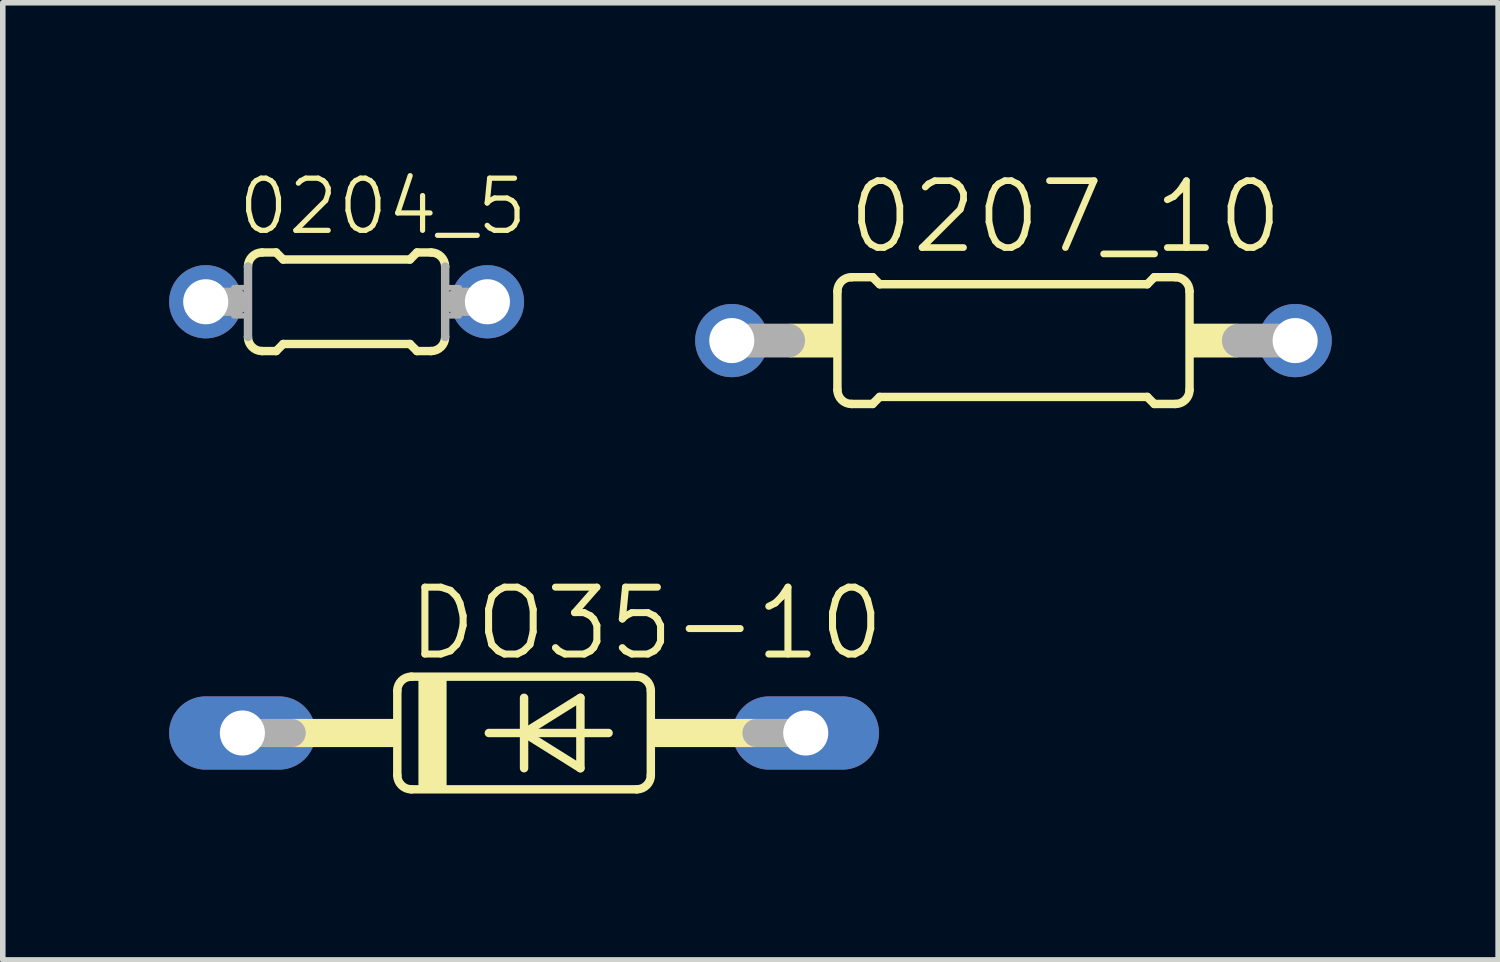
<source format=kicad_pcb>
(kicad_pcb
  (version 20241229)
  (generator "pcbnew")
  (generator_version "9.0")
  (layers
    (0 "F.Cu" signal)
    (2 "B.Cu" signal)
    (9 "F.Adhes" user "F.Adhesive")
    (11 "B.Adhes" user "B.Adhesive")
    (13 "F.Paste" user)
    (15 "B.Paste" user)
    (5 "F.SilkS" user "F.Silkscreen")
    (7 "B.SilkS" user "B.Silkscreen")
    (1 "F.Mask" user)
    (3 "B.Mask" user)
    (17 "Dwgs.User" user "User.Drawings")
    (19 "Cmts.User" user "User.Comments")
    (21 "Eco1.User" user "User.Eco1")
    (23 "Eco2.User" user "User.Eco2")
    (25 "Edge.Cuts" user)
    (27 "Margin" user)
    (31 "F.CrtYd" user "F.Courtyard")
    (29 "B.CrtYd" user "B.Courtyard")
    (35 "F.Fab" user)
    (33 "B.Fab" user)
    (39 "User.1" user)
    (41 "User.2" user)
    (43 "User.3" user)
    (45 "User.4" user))
  (footprint "0207_10"
    (layer "F.Cu")
    (at 15.227 3.092)
    (property "Reference" "0207_10" (at -3.048 -1.524 180) (layer "F.SilkS") (effects (font (size 1.206 1.206) (thickness 0.121)) (justify left bottom)))
    (attr through_hole)
    (fp_line (start -3.175 0.889) (end -3.175 -0.889) (stroke (width 0.152) (type solid)) (layer "F.SilkS"))
    (fp_line (start -2.921 -1.143) (end -2.54 -1.143) (stroke (width 0.152) (type solid)) (layer "F.SilkS"))
    (fp_line (start -2.921 1.143) (end -2.54 1.143) (stroke (width 0.152) (type solid)) (layer "F.SilkS"))
    (fp_line (start -2.413 -1.016) (end -2.54 -1.143) (stroke (width 0.152) (type solid)) (layer "F.SilkS"))
    (fp_line (start -2.413 1.016) (end -2.54 1.143) (stroke (width 0.152) (type solid)) (layer "F.SilkS"))
    (fp_line (start 2.413 -1.016) (end -2.413 -1.016) (stroke (width 0.152) (type solid)) (layer "F.SilkS"))
    (fp_line (start 2.413 -1.016) (end 2.54 -1.143) (stroke (width 0.152) (type solid)) (layer "F.SilkS"))
    (fp_line (start 2.413 1.016) (end -2.413 1.016) (stroke (width 0.152) (type solid)) (layer "F.SilkS"))
    (fp_line (start 2.413 1.016) (end 2.54 1.143) (stroke (width 0.152) (type solid)) (layer "F.SilkS"))
    (fp_line (start 2.921 -1.143) (end 2.54 -1.143) (stroke (width 0.152) (type solid)) (layer "F.SilkS"))
    (fp_line (start 2.921 1.143) (end 2.54 1.143) (stroke (width 0.152) (type solid)) (layer "F.SilkS"))
    (fp_line (start 3.175 0.889) (end 3.175 -0.889) (stroke (width 0.152) (type solid)) (layer "F.SilkS"))
    (fp_arc (start -3.175 -0.889) (mid -3.100605 -1.068605) (end -2.921 -1.143) (stroke (width 0.1524) (type solid)) (layer "F.SilkS"))
    (fp_arc (start -2.921 1.143) (mid -3.100605 1.068605) (end -3.175 0.889) (stroke (width 0.1524) (type solid)) (layer "F.SilkS"))
    (fp_arc (start 2.921 -1.143) (mid 3.100605 -1.068605) (end 3.175 -0.889) (stroke (width 0.1524) (type solid)) (layer "F.SilkS"))
    (fp_arc (start 3.175 0.889) (mid 3.100605 1.068605) (end 2.921 1.143) (stroke (width 0.1524) (type solid)) (layer "F.SilkS"))
    (fp_poly (pts (xy -4.039 0.305) (xy -3.175 0.305) (xy -3.175 -0.305) (xy -4.039 -0.305)) (stroke (width 0) (type solid)) (fill yes) (layer "F.SilkS"))
    (fp_poly (pts (xy 3.175 0.305) (xy 4.039 0.305) (xy 4.039 -0.305) (xy 3.175 -0.305)) (stroke (width 0) (type solid)) (fill yes) (layer "F.SilkS"))
    (fp_line (start -5.08 0) (end -4.064 0) (stroke (width 0.61) (type solid)) (layer "F.Fab"))
    (fp_line (start 5.08 0) (end 4.064 0) (stroke (width 0.61) (type solid)) (layer "F.Fab"))
    (pad "1" thru_hole circle (at -5.08 0) (size 1.321 1.321) (drill 0.813) (layers "*.Cu" "*.Mask"))
    (pad "2" thru_hole circle (at 5.08 0) (size 1.321 1.321) (drill 0.813) (layers "*.Cu" "*.Mask")))
  (footprint "DO35-10"
    (layer "F.Cu")
    (at 6.401 10.169)
    (property "Reference" "DO35-10" (at -2.159 -1.27 0) (layer "F.SilkS") (effects (font (size 1.206 1.206) (thickness 0.127)) (justify left bottom)))
    (attr through_hole)
    (fp_line (start -2.286 -0.762) (end -2.286 0.762) (stroke (width 0.152) (type solid)) (layer "F.SilkS"))
    (fp_line (start -2.032 -1.016) (end 2.032 -1.016) (stroke (width 0.152) (type solid)) (layer "F.SilkS"))
    (fp_line (start -2.032 1.016) (end 2.032 1.016) (stroke (width 0.152) (type solid)) (layer "F.SilkS"))
    (fp_line (start -0.635 0) (end 0 0) (stroke (width 0.152) (type solid)) (layer "F.SilkS"))
    (fp_line (start 0 -0.635) (end 0 0) (stroke (width 0.152) (type solid)) (layer "F.SilkS"))
    (fp_line (start 0 0) (end 0 0.635) (stroke (width 0.152) (type solid)) (layer "F.SilkS"))
    (fp_line (start 0 0) (end 1.016 -0.635) (stroke (width 0.152) (type solid)) (layer "F.SilkS"))
    (fp_line (start 0 0) (end 1.524 0) (stroke (width 0.152) (type solid)) (layer "F.SilkS"))
    (fp_line (start 1.016 -0.635) (end 1.016 0.635) (stroke (width 0.152) (type solid)) (layer "F.SilkS"))
    (fp_line (start 1.016 0.635) (end 0 0) (stroke (width 0.152) (type solid)) (layer "F.SilkS"))
    (fp_line (start 2.286 0.762) (end 2.286 -0.762) (stroke (width 0.152) (type solid)) (layer "F.SilkS"))
    (fp_arc (start -2.286 -0.762) (mid -2.211605 -0.941605) (end -2.032 -1.016) (stroke (width 0.1524) (type solid)) (layer "F.SilkS"))
    (fp_arc (start -2.032 1.016) (mid -2.211605 0.941605) (end -2.286 0.762) (stroke (width 0.1524) (type solid)) (layer "F.SilkS"))
    (fp_arc (start 2.032 -1.016) (mid 2.211605 -0.941605) (end 2.286 -0.762) (stroke (width 0.1524) (type solid)) (layer "F.SilkS"))
    (fp_arc (start 2.286 0.762) (mid 2.211605 0.941605) (end 2.032 1.016) (stroke (width 0.1524) (type solid)) (layer "F.SilkS"))
    (fp_poly (pts (xy -4.191 0.254) (xy -2.286 0.254) (xy -2.286 -0.254) (xy -4.191 -0.254)) (stroke (width 0) (type solid)) (fill yes) (layer "F.SilkS"))
    (fp_poly (pts (xy -1.905 1.016) (xy -1.397 1.016) (xy -1.397 -1.016) (xy -1.905 -1.016)) (stroke (width 0) (type solid)) (fill yes) (layer "F.SilkS"))
    (fp_poly (pts (xy 2.286 0.254) (xy 4.191 0.254) (xy 4.191 -0.254) (xy 2.286 -0.254)) (stroke (width 0) (type solid)) (fill yes) (layer "F.SilkS"))
    (fp_line (start -5.08 0) (end -4.191 0) (stroke (width 0.508) (type solid)) (layer "F.Fab"))
    (fp_line (start 5.08 0) (end 4.191 0) (stroke (width 0.508) (type solid)) (layer "F.Fab"))
    (pad "A" thru_hole oval (at 5.08 0) (size 2.642 1.321) (drill 0.813) (layers "*.Cu" "*.Mask"))
    (pad "C" thru_hole oval (at -5.08 0) (size 2.642 1.321) (drill 0.813) (layers "*.Cu" "*.Mask")))
  (footprint "0204_5"
    (layer "F.Cu")
    (at 3.2 2.392)
    (property "Reference" "0204_5" (at -2.007 -1.168 180) (layer "F.SilkS") (effects (font (size 0.941 0.941) (thickness 0.094)) (justify left bottom)))
    (attr through_hole)
    (fp_line (start -1.524 -0.889) (end -1.27 -0.889) (stroke (width 0.152) (type solid)) (layer "F.SilkS"))
    (fp_line (start -1.524 0.889) (end -1.27 0.889) (stroke (width 0.152) (type solid)) (layer "F.SilkS"))
    (fp_line (start -1.143 -0.762) (end -1.27 -0.889) (stroke (width 0.152) (type solid)) (layer "F.SilkS"))
    (fp_line (start -1.143 0.762) (end -1.27 0.889) (stroke (width 0.152) (type solid)) (layer "F.SilkS"))
    (fp_line (start 1.143 -0.762) (end -1.143 -0.762) (stroke (width 0.152) (type solid)) (layer "F.SilkS"))
    (fp_line (start 1.143 -0.762) (end 1.27 -0.889) (stroke (width 0.152) (type solid)) (layer "F.SilkS"))
    (fp_line (start 1.143 0.762) (end -1.143 0.762) (stroke (width 0.152) (type solid)) (layer "F.SilkS"))
    (fp_line (start 1.143 0.762) (end 1.27 0.889) (stroke (width 0.152) (type solid)) (layer "F.SilkS"))
    (fp_line (start 1.524 -0.889) (end 1.27 -0.889) (stroke (width 0.152) (type solid)) (layer "F.SilkS"))
    (fp_line (start 1.524 0.889) (end 1.27 0.889) (stroke (width 0.152) (type solid)) (layer "F.SilkS"))
    (fp_arc (start -1.778 -0.635) (mid -1.703605 -0.814605) (end -1.524 -0.889) (stroke (width 0.1524) (type solid)) (layer "F.SilkS"))
    (fp_arc (start -1.524 0.889) (mid -1.703605 0.814605) (end -1.778 0.635) (stroke (width 0.1524) (type solid)) (layer "F.SilkS"))
    (fp_arc (start 1.524 -0.889) (mid 1.703605 -0.814605) (end 1.778 -0.635) (stroke (width 0.1524) (type solid)) (layer "F.SilkS"))
    (fp_arc (start 1.778 0.635) (mid 1.703605 0.814605) (end 1.524 0.889) (stroke (width 0.1524) (type solid)) (layer "F.SilkS"))
    (fp_line (start -2.54 0) (end -2.032 0) (stroke (width 0.508) (type solid)) (layer "F.Fab"))
    (fp_line (start -1.778 0.635) (end -1.778 -0.635) (stroke (width 0.152) (type solid)) (layer "F.Fab"))
    (fp_line (start 1.778 0.635) (end 1.778 -0.635) (stroke (width 0.152) (type solid)) (layer "F.Fab"))
    (fp_line (start 2.54 0) (end 2.032 0) (stroke (width 0.508) (type solid)) (layer "F.Fab"))
    (fp_poly (pts (xy -2.032 0.254) (xy -1.778 0.254) (xy -1.778 -0.254) (xy -2.032 -0.254)) (stroke (width 0.1) (type solid)) (fill no) (layer "F.Fab"))
    (fp_poly (pts (xy 1.778 0.254) (xy 2.032 0.254) (xy 2.032 -0.254) (xy 1.778 -0.254)) (stroke (width 0.1) (type solid)) (fill no) (layer "F.Fab"))
    (pad "1" thru_hole circle (at -2.54 0) (size 1.321 1.321) (drill 0.813) (layers "*.Cu" "*.Mask"))
    (pad "2" thru_hole circle (at 2.54 0) (size 1.321 1.321) (drill 0.813) (layers "*.Cu" "*.Mask")))
  (gr_rect
    (start -3 -3)
    (end 23.967 14.261)
    (stroke (width 0.1) (type default))
    (fill no)
    (layer "Edge.Cuts")))
</source>
